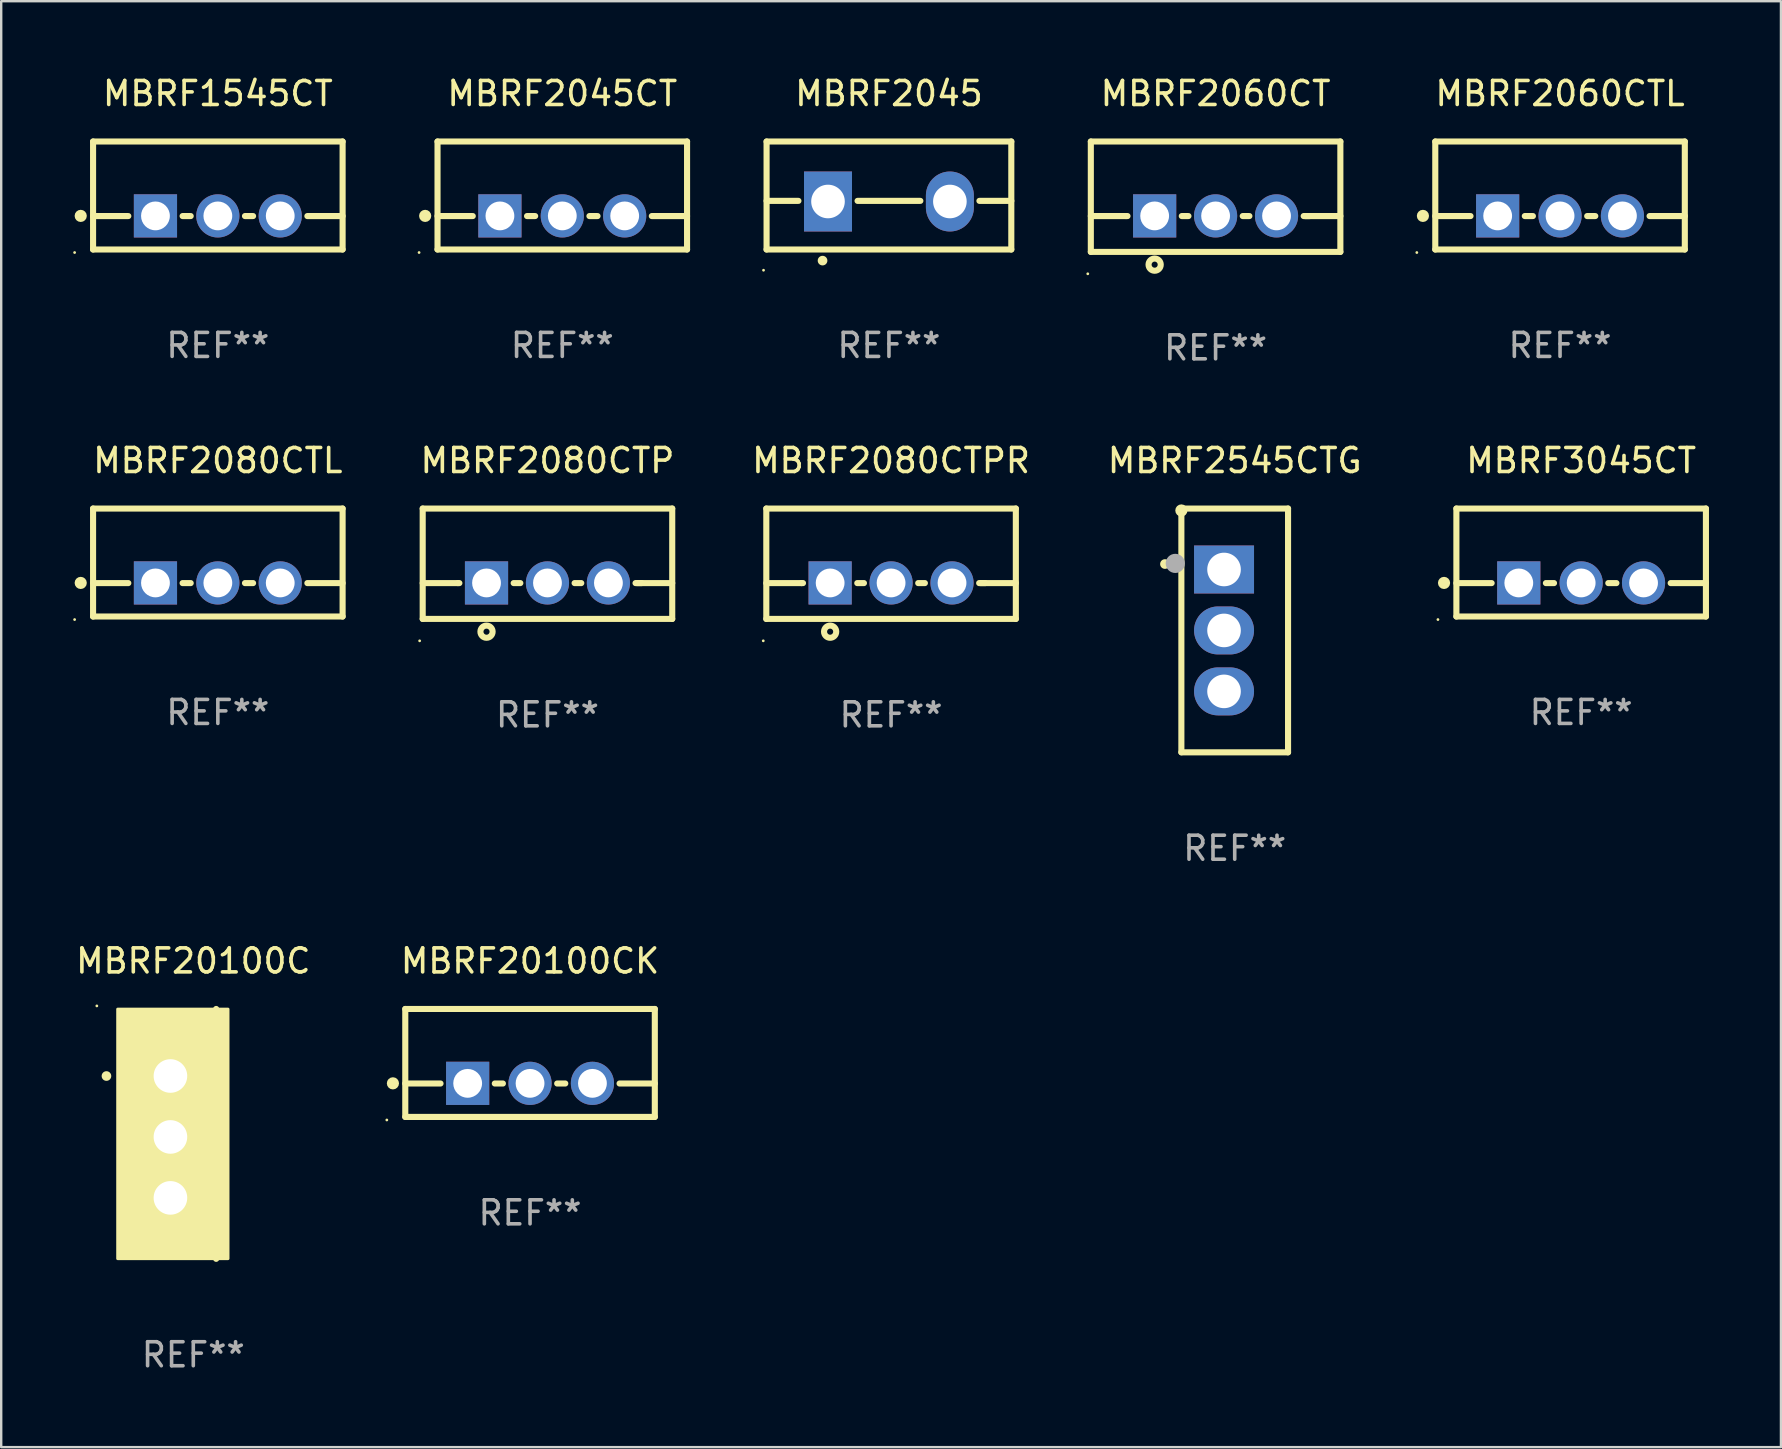
<source format=kicad_pcb>
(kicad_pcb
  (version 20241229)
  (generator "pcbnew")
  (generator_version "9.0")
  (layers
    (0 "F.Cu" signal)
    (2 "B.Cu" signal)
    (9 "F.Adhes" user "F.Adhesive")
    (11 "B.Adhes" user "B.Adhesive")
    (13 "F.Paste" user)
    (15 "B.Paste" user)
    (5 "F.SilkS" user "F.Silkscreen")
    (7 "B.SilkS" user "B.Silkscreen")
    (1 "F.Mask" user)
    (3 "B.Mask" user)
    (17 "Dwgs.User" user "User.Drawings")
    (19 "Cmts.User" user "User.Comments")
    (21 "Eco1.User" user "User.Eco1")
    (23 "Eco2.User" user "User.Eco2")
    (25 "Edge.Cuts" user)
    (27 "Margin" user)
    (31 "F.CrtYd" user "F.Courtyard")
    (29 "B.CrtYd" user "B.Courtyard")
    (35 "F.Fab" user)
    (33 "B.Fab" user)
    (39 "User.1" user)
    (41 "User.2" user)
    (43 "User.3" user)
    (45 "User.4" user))
  (footprint "MBRF2545CTG"
    (layer "F.Cu")
    (at 48.41 23.225)
    (property "Reference" "MBRF2545CTG" (at 0 -7.08 0) (layer "F.SilkS") (effects (font (size 1 1) (thickness 0.15))))
    (attr through_hole)
    (fp_line (start -2.223 -4.953) (end -2.223 5.08) (stroke (width 0.254) (type solid)) (layer "F.SilkS"))
    (fp_line (start -2.223 5.08) (end 2.223 5.08) (stroke (width 0.254) (type solid)) (layer "F.SilkS"))
    (fp_line (start 2.223 -5.08) (end -2.223 -5.08) (stroke (width 0.254) (type solid)) (layer "F.SilkS"))
    (fp_line (start 2.223 5.08) (end 2.223 -5.08) (stroke (width 0.254) (type solid)) (layer "F.SilkS"))
    (fp_arc (start -2.908306 -2.766066) (mid -2.90831 -2.767336) (end -2.908306 -2.768606) (stroke (width 0.4) (type solid)) (layer "F.SilkS"))
    (fp_circle (center -2.223 -5) (end -2.096 -5) (stroke (width 0.254) (type solid)) (fill no) (layer "F.SilkS"))
    (fp_circle (center -2.477 -2.794) (end -2.277 -2.794) (stroke (width 0.4) (type solid)) (fill no) (layer "F.Fab"))
    (fp_text user "REF**" (at 0 9.08 0) (layer "F.Fab") (effects (font (size 1 1) (thickness 0.15))))
    (pad "1" thru_hole rect (at -0.445 -2.54 270) (size 2 2.5) (drill 1.4) (layers "*.Cu" "*.Mask"))
    (pad "2" thru_hole oval (at -0.445 0 270) (size 2 2.5) (drill 1.4) (layers "*.Cu" "*.Mask"))
    (pad "3" thru_hole oval (at -0.445 2.54 270) (size 2 2.5) (drill 1.4) (layers "*.Cu" "*.Mask")))
  (footprint "MBRF1545CT"
    (layer "F.Cu")
    (at 6.029 5.098)
    (property "Reference" "MBRF1545CT" (at 0 -4.25 0) (layer "F.SilkS") (effects (font (size 1 1) (thickness 0.15))))
    (attr through_hole)
    (fp_line (start -5.2 -2.25) (end -5.2 2.25) (stroke (width 0.254) (type solid)) (layer "F.SilkS"))
    (fp_line (start -5.2 -2.25) (end 5.2 -2.25) (stroke (width 0.254) (type solid)) (layer "F.SilkS"))
    (fp_line (start -5.2 0.857) (end -3.731 0.857) (stroke (width 0.254) (type solid)) (layer "F.SilkS"))
    (fp_line (start -5.2 2.25) (end 5.2 2.25) (stroke (width 0.254) (type solid)) (layer "F.SilkS"))
    (fp_line (start -1.469 0.857) (end -1.131 0.857) (stroke (width 0.254) (type solid)) (layer "F.SilkS"))
    (fp_line (start 1.131 0.857) (end 1.469 0.857) (stroke (width 0.254) (type solid)) (layer "F.SilkS"))
    (fp_line (start 3.731 0.857) (end 5.2 0.857) (stroke (width 0.254) (type solid)) (layer "F.SilkS"))
    (fp_line (start 5.2 -2.25) (end 5.2 2.25) (stroke (width 0.254) (type solid)) (layer "F.SilkS"))
    (fp_circle (center -5.969 2.377) (end -5.939 2.377) (stroke (width 0.06) (type solid)) (fill no) (layer "F.SilkS"))
    (fp_circle (center -5.715 0.85) (end -5.588 0.85) (stroke (width 0.254) (type solid)) (fill no) (layer "F.SilkS"))
    (fp_text user "REF**" (at 0 6.25 0) (layer "F.Fab") (effects (font (size 1 1) (thickness 0.15))))
    (pad "1" thru_hole rect (at -2.6 0.85) (size 1.8 1.8) (drill 1.2) (layers "*.Cu" "*.Mask"))
    (pad "2" thru_hole circle (at 0 0.85) (size 1.8 1.8) (drill 1.2) (layers "*.Cu" "*.Mask"))
    (pad "3" thru_hole circle (at 2.6 0.85) (size 1.8 1.8) (drill 1.2) (layers "*.Cu" "*.Mask")))
  (footprint "MBRF2080CTPR"
    (layer "F.Cu")
    (at 34.088 20.445)
    (property "Reference" "MBRF2080CTPR" (at 0 -4.3 0) (layer "F.SilkS") (effects (font (size 1 1) (thickness 0.15))))
    (attr through_hole)
    (fp_line (start -5.2 -2.3) (end -5.2 2.3) (stroke (width 0.254) (type solid)) (layer "F.SilkS"))
    (fp_line (start -5.2 -2.3) (end 5.2 -2.3) (stroke (width 0.254) (type solid)) (layer "F.SilkS"))
    (fp_line (start -5.2 0.807) (end -3.731 0.807) (stroke (width 0.254) (type solid)) (layer "F.SilkS"))
    (fp_line (start -5.2 2.3) (end 5.2 2.3) (stroke (width 0.254) (type solid)) (layer "F.SilkS"))
    (fp_line (start -3.731 0.807) (end -3.671 0.807) (stroke (width 0.254) (type solid)) (layer "F.SilkS"))
    (fp_line (start -1.409 0.807) (end -1.131 0.807) (stroke (width 0.254) (type solid)) (layer "F.SilkS"))
    (fp_line (start 1.131 0.807) (end 1.409 0.807) (stroke (width 0.254) (type solid)) (layer "F.SilkS"))
    (fp_line (start 3.671 0.807) (end 3.926 0.807) (stroke (width 0.254) (type solid)) (layer "F.SilkS"))
    (fp_line (start 3.731 0.807) (end 5.2 0.807) (stroke (width 0.254) (type solid)) (layer "F.SilkS"))
    (fp_line (start 5.2 -2.3) (end 5.2 2.3) (stroke (width 0.254) (type solid)) (layer "F.SilkS"))
    (fp_circle (center -5.327 3.213) (end -5.297 3.213) (stroke (width 0.06) (type solid)) (fill no) (layer "F.SilkS"))
    (fp_circle (center -2.54 2.832) (end -2.286 2.832) (stroke (width 0.254) (type solid)) (fill no) (layer "F.SilkS"))
    (fp_text user "REF**" (at 0 6.3 0) (layer "F.Fab") (effects (font (size 1 1) (thickness 0.15))))
    (pad "1" thru_hole rect (at -2.54 0.8) (size 1.8 1.8) (drill 1.2) (layers "*.Cu" "*.Mask"))
    (pad "2" thru_hole circle (at 0 0.8) (size 1.8 1.8) (drill 1.2) (layers "*.Cu" "*.Mask"))
    (pad "3" thru_hole circle (at 2.54 0.8) (size 1.8 1.8) (drill 1.2) (layers "*.Cu" "*.Mask")))
  (footprint "MBRF2045"
    (layer "F.Cu")
    (at 33.999 5.098)
    (property "Reference" "MBRF2045" (at 0 -4.25 0) (layer "F.SilkS") (effects (font (size 1 1) (thickness 0.15))))
    (attr through_hole)
    (fp_line (start -5.1 -2.25) (end -5.1 2.25) (stroke (width 0.254) (type solid)) (layer "F.SilkS"))
    (fp_line (start -5.1 0.224) (end -3.772 0.224) (stroke (width 0.254) (type solid)) (layer "F.SilkS"))
    (fp_line (start -5.1 2.25) (end 5.1 2.25) (stroke (width 0.254) (type solid)) (layer "F.SilkS"))
    (fp_line (start -1.308 0.224) (end 1.309 0.224) (stroke (width 0.254) (type solid)) (layer "F.SilkS"))
    (fp_line (start 3.771 0.224) (end 5.1 0.224) (stroke (width 0.254) (type solid)) (layer "F.SilkS"))
    (fp_line (start 5.1 -2.25) (end -5.1 -2.25) (stroke (width 0.254) (type solid)) (layer "F.SilkS"))
    (fp_line (start 5.1 -2.25) (end 5.1 2.25) (stroke (width 0.254) (type solid)) (layer "F.SilkS"))
    (fp_arc (start -2.768606 2.713805) (mid -2.767336 2.713801) (end -2.766066 2.713805) (stroke (width 0.4) (type solid)) (layer "F.SilkS"))
    (fp_circle (center -5.227 3.114) (end -5.197 3.114) (stroke (width 0.06) (type solid)) (fill no) (layer "F.SilkS"))
    (fp_text user "REF**" (at 0 6.25 0) (layer "F.Fab") (effects (font (size 1 1) (thickness 0.15))))
    (pad "1" thru_hole rect (at -2.54 0.25) (size 2 2.5) (drill 1.4) (layers "*.Cu" "*.Mask"))
    (pad "3" thru_hole oval (at 2.54 0.25) (size 2 2.5) (drill 1.4) (layers "*.Cu" "*.Mask")))
  (footprint "MBRF2080CTP"
    (layer "F.Cu")
    (at 19.767 20.445)
    (property "Reference" "MBRF2080CTP" (at 0 -4.3 0) (layer "F.SilkS") (effects (font (size 1 1) (thickness 0.15))))
    (attr through_hole)
    (fp_line (start -5.2 -2.3) (end -5.2 2.3) (stroke (width 0.254) (type solid)) (layer "F.SilkS"))
    (fp_line (start -5.2 -2.3) (end 5.2 -2.3) (stroke (width 0.254) (type solid)) (layer "F.SilkS"))
    (fp_line (start -5.2 0.807) (end -3.731 0.807) (stroke (width 0.254) (type solid)) (layer "F.SilkS"))
    (fp_line (start -5.2 2.3) (end 5.2 2.3) (stroke (width 0.254) (type solid)) (layer "F.SilkS"))
    (fp_line (start -3.731 0.807) (end -3.671 0.807) (stroke (width 0.254) (type solid)) (layer "F.SilkS"))
    (fp_line (start -1.409 0.807) (end -1.131 0.807) (stroke (width 0.254) (type solid)) (layer "F.SilkS"))
    (fp_line (start 1.131 0.807) (end 1.409 0.807) (stroke (width 0.254) (type solid)) (layer "F.SilkS"))
    (fp_line (start 3.671 0.807) (end 3.926 0.807) (stroke (width 0.254) (type solid)) (layer "F.SilkS"))
    (fp_line (start 3.731 0.807) (end 5.2 0.807) (stroke (width 0.254) (type solid)) (layer "F.SilkS"))
    (fp_line (start 5.2 -2.3) (end 5.2 2.3) (stroke (width 0.254) (type solid)) (layer "F.SilkS"))
    (fp_circle (center -5.327 3.213) (end -5.297 3.213) (stroke (width 0.06) (type solid)) (fill no) (layer "F.SilkS"))
    (fp_circle (center -2.54 2.832) (end -2.286 2.832) (stroke (width 0.254) (type solid)) (fill no) (layer "F.SilkS"))
    (fp_text user "REF**" (at 0 6.3 0) (layer "F.Fab") (effects (font (size 1 1) (thickness 0.15))))
    (pad "1" thru_hole rect (at -2.54 0.8) (size 1.8 1.8) (drill 1.2) (layers "*.Cu" "*.Mask"))
    (pad "2" thru_hole circle (at 0 0.8) (size 1.8 1.8) (drill 1.2) (layers "*.Cu" "*.Mask"))
    (pad "3" thru_hole circle (at 2.54 0.8) (size 1.8 1.8) (drill 1.2) (layers "*.Cu" "*.Mask")))
  (footprint "MBRF20100C"
    (layer "F.Cu")
    (at 5.006 44.208)
    (property "Reference" "MBRF20100C" (at 0 -7.207 0) (layer "F.SilkS") (effects (font (size 1 1) (thickness 0.15))))
    (attr through_hole)
    (fp_line (start 0.953 5.207) (end 0.953 -5.207) (stroke (width 0.254) (type solid)) (layer "F.SilkS"))
    (fp_arc (start -3.619507 -2.410465) (mid -3.619511 -2.411735) (end -3.619507 -2.413005) (stroke (width 0.4) (type solid)) (layer "F.SilkS"))
    (fp_circle (center -4.02 -5.334) (end -3.99 -5.334) (stroke (width 0.06) (type solid)) (fill no) (layer "F.SilkS"))
    (fp_poly (pts (xy -3.152 -5.2) (xy 1.448 -5.2) (xy 1.448 5.2) (xy -3.152 5.2)) (stroke (width 0.12) (type solid)) (fill yes) (layer "F.SilkS"))
    (fp_text user "REF**" (at 0 9.207 0) (layer "F.Fab") (effects (font (size 1 1) (thickness 0.15))))
    (pad "1" thru_hole rect (at -0.953 -2.413 270) (size 2 2.5) (drill 1.4) (layers "*.Cu" "*.Mask"))
    (pad "2" thru_hole oval (at -0.953 0.127 270) (size 2 2.5) (drill 1.4) (layers "*.Cu" "*.Mask"))
    (pad "3" thru_hole oval (at -0.953 2.667 270) (size 2 2.5) (drill 1.4) (layers "*.Cu" "*.Mask")))
  (footprint "MBRF2045CT"
    (layer "F.Cu")
    (at 20.385 5.098)
    (property "Reference" "MBRF2045CT" (at 0 -4.25 0) (layer "F.SilkS") (effects (font (size 1 1) (thickness 0.15))))
    (attr through_hole)
    (fp_line (start -5.2 -2.25) (end -5.2 2.25) (stroke (width 0.254) (type solid)) (layer "F.SilkS"))
    (fp_line (start -5.2 -2.25) (end 5.2 -2.25) (stroke (width 0.254) (type solid)) (layer "F.SilkS"))
    (fp_line (start -5.2 0.857) (end -3.731 0.857) (stroke (width 0.254) (type solid)) (layer "F.SilkS"))
    (fp_line (start -5.2 2.25) (end 5.2 2.25) (stroke (width 0.254) (type solid)) (layer "F.SilkS"))
    (fp_line (start -1.469 0.857) (end -1.131 0.857) (stroke (width 0.254) (type solid)) (layer "F.SilkS"))
    (fp_line (start 1.131 0.857) (end 1.469 0.857) (stroke (width 0.254) (type solid)) (layer "F.SilkS"))
    (fp_line (start 3.731 0.857) (end 5.2 0.857) (stroke (width 0.254) (type solid)) (layer "F.SilkS"))
    (fp_line (start 5.2 -2.25) (end 5.2 2.25) (stroke (width 0.254) (type solid)) (layer "F.SilkS"))
    (fp_circle (center -5.969 2.377) (end -5.939 2.377) (stroke (width 0.06) (type solid)) (fill no) (layer "F.SilkS"))
    (fp_circle (center -5.715 0.85) (end -5.588 0.85) (stroke (width 0.254) (type solid)) (fill no) (layer "F.SilkS"))
    (fp_text user "REF**" (at 0 6.25 0) (layer "F.Fab") (effects (font (size 1 1) (thickness 0.15))))
    (pad "1" thru_hole rect (at -2.6 0.85) (size 1.8 1.8) (drill 1.2) (layers "*.Cu" "*.Mask"))
    (pad "2" thru_hole circle (at 0 0.85) (size 1.8 1.8) (drill 1.2) (layers "*.Cu" "*.Mask"))
    (pad "3" thru_hole circle (at 2.6 0.85) (size 1.8 1.8) (drill 1.2) (layers "*.Cu" "*.Mask")))
  (footprint "MBRF2060CTL"
    (layer "F.Cu")
    (at 61.969 5.098)
    (property "Reference" "MBRF2060CTL" (at 0 -4.25 0) (layer "F.SilkS") (effects (font (size 1 1) (thickness 0.15))))
    (attr through_hole)
    (fp_line (start -5.2 -2.25) (end -5.2 2.25) (stroke (width 0.254) (type solid)) (layer "F.SilkS"))
    (fp_line (start -5.2 -2.25) (end 5.2 -2.25) (stroke (width 0.254) (type solid)) (layer "F.SilkS"))
    (fp_line (start -5.2 0.857) (end -3.731 0.857) (stroke (width 0.254) (type solid)) (layer "F.SilkS"))
    (fp_line (start -5.2 2.25) (end 5.2 2.25) (stroke (width 0.254) (type solid)) (layer "F.SilkS"))
    (fp_line (start -1.469 0.857) (end -1.131 0.857) (stroke (width 0.254) (type solid)) (layer "F.SilkS"))
    (fp_line (start 1.131 0.857) (end 1.469 0.857) (stroke (width 0.254) (type solid)) (layer "F.SilkS"))
    (fp_line (start 3.731 0.857) (end 5.2 0.857) (stroke (width 0.254) (type solid)) (layer "F.SilkS"))
    (fp_line (start 5.2 -2.25) (end 5.2 2.25) (stroke (width 0.254) (type solid)) (layer "F.SilkS"))
    (fp_circle (center -5.969 2.377) (end -5.939 2.377) (stroke (width 0.06) (type solid)) (fill no) (layer "F.SilkS"))
    (fp_circle (center -5.715 0.85) (end -5.588 0.85) (stroke (width 0.254) (type solid)) (fill no) (layer "F.SilkS"))
    (fp_text user "REF**" (at 0 6.25 0) (layer "F.Fab") (effects (font (size 1 1) (thickness 0.15))))
    (pad "1" thru_hole rect (at -2.6 0.85) (size 1.8 1.8) (drill 1.2) (layers "*.Cu" "*.Mask"))
    (pad "2" thru_hole circle (at 0 0.85) (size 1.8 1.8) (drill 1.2) (layers "*.Cu" "*.Mask"))
    (pad "3" thru_hole circle (at 2.6 0.85) (size 1.8 1.8) (drill 1.2) (layers "*.Cu" "*.Mask")))
  (footprint "MBRF2060CT"
    (layer "F.Cu")
    (at 47.613 5.148)
    (property "Reference" "MBRF2060CT" (at 0 -4.3 0) (layer "F.SilkS") (effects (font (size 1 1) (thickness 0.15))))
    (attr through_hole)
    (fp_line (start -5.2 -2.3) (end -5.2 2.3) (stroke (width 0.254) (type solid)) (layer "F.SilkS"))
    (fp_line (start -5.2 -2.3) (end 5.2 -2.3) (stroke (width 0.254) (type solid)) (layer "F.SilkS"))
    (fp_line (start -5.2 0.807) (end -3.731 0.807) (stroke (width 0.254) (type solid)) (layer "F.SilkS"))
    (fp_line (start -5.2 2.3) (end 5.2 2.3) (stroke (width 0.254) (type solid)) (layer "F.SilkS"))
    (fp_line (start -3.731 0.807) (end -3.671 0.807) (stroke (width 0.254) (type solid)) (layer "F.SilkS"))
    (fp_line (start -1.409 0.807) (end -1.131 0.807) (stroke (width 0.254) (type solid)) (layer "F.SilkS"))
    (fp_line (start 1.131 0.807) (end 1.409 0.807) (stroke (width 0.254) (type solid)) (layer "F.SilkS"))
    (fp_line (start 3.671 0.807) (end 3.926 0.807) (stroke (width 0.254) (type solid)) (layer "F.SilkS"))
    (fp_line (start 3.731 0.807) (end 5.2 0.807) (stroke (width 0.254) (type solid)) (layer "F.SilkS"))
    (fp_line (start 5.2 -2.3) (end 5.2 2.3) (stroke (width 0.254) (type solid)) (layer "F.SilkS"))
    (fp_circle (center -5.327 3.213) (end -5.297 3.213) (stroke (width 0.06) (type solid)) (fill no) (layer "F.SilkS"))
    (fp_circle (center -2.54 2.832) (end -2.286 2.832) (stroke (width 0.254) (type solid)) (fill no) (layer "F.SilkS"))
    (fp_text user "REF**" (at 0 6.3 0) (layer "F.Fab") (effects (font (size 1 1) (thickness 0.15))))
    (pad "1" thru_hole rect (at -2.54 0.8) (size 1.8 1.8) (drill 1.2) (layers "*.Cu" "*.Mask"))
    (pad "2" thru_hole circle (at 0 0.8) (size 1.8 1.8) (drill 1.2) (layers "*.Cu" "*.Mask"))
    (pad "3" thru_hole circle (at 2.54 0.8) (size 1.8 1.8) (drill 1.2) (layers "*.Cu" "*.Mask")))
  (footprint "MBRF20100CK"
    (layer "F.Cu")
    (at 19.041 41.251)
    (property "Reference" "MBRF20100CK" (at 0 -4.25 0) (layer "F.SilkS") (effects (font (size 1 1) (thickness 0.15))))
    (attr through_hole)
    (fp_line (start -5.2 -2.25) (end -5.2 2.25) (stroke (width 0.254) (type solid)) (layer "F.SilkS"))
    (fp_line (start -5.2 -2.25) (end 5.2 -2.25) (stroke (width 0.254) (type solid)) (layer "F.SilkS"))
    (fp_line (start -5.2 0.857) (end -3.731 0.857) (stroke (width 0.254) (type solid)) (layer "F.SilkS"))
    (fp_line (start -5.2 2.25) (end 5.2 2.25) (stroke (width 0.254) (type solid)) (layer "F.SilkS"))
    (fp_line (start -1.469 0.857) (end -1.131 0.857) (stroke (width 0.254) (type solid)) (layer "F.SilkS"))
    (fp_line (start 1.131 0.857) (end 1.469 0.857) (stroke (width 0.254) (type solid)) (layer "F.SilkS"))
    (fp_line (start 3.731 0.857) (end 5.2 0.857) (stroke (width 0.254) (type solid)) (layer "F.SilkS"))
    (fp_line (start 5.2 -2.25) (end 5.2 2.25) (stroke (width 0.254) (type solid)) (layer "F.SilkS"))
    (fp_circle (center -5.969 2.377) (end -5.939 2.377) (stroke (width 0.06) (type solid)) (fill no) (layer "F.SilkS"))
    (fp_circle (center -5.715 0.85) (end -5.588 0.85) (stroke (width 0.254) (type solid)) (fill no) (layer "F.SilkS"))
    (fp_text user "REF**" (at 0 6.25 0) (layer "F.Fab") (effects (font (size 1 1) (thickness 0.15))))
    (pad "1" thru_hole rect (at -2.6 0.85) (size 1.8 1.8) (drill 1.2) (layers "*.Cu" "*.Mask"))
    (pad "2" thru_hole circle (at 0 0.85) (size 1.8 1.8) (drill 1.2) (layers "*.Cu" "*.Mask"))
    (pad "3" thru_hole circle (at 2.6 0.85) (size 1.8 1.8) (drill 1.2) (layers "*.Cu" "*.Mask")))
  (footprint "MBRF3045CT"
    (layer "F.Cu")
    (at 62.849 20.395)
    (property "Reference" "MBRF3045CT" (at 0 -4.25 0) (layer "F.SilkS") (effects (font (size 1 1) (thickness 0.15))))
    (attr through_hole)
    (fp_line (start -5.2 -2.25) (end -5.2 2.25) (stroke (width 0.254) (type solid)) (layer "F.SilkS"))
    (fp_line (start -5.2 -2.25) (end 5.2 -2.25) (stroke (width 0.254) (type solid)) (layer "F.SilkS"))
    (fp_line (start -5.2 0.857) (end -3.731 0.857) (stroke (width 0.254) (type solid)) (layer "F.SilkS"))
    (fp_line (start -5.2 2.25) (end 5.2 2.25) (stroke (width 0.254) (type solid)) (layer "F.SilkS"))
    (fp_line (start -1.469 0.857) (end -1.131 0.857) (stroke (width 0.254) (type solid)) (layer "F.SilkS"))
    (fp_line (start 1.131 0.857) (end 1.469 0.857) (stroke (width 0.254) (type solid)) (layer "F.SilkS"))
    (fp_line (start 3.731 0.857) (end 5.2 0.857) (stroke (width 0.254) (type solid)) (layer "F.SilkS"))
    (fp_line (start 5.2 -2.25) (end 5.2 2.25) (stroke (width 0.254) (type solid)) (layer "F.SilkS"))
    (fp_circle (center -5.969 2.377) (end -5.939 2.377) (stroke (width 0.06) (type solid)) (fill no) (layer "F.SilkS"))
    (fp_circle (center -5.715 0.85) (end -5.588 0.85) (stroke (width 0.254) (type solid)) (fill no) (layer "F.SilkS"))
    (fp_text user "REF**" (at 0 6.25 0) (layer "F.Fab") (effects (font (size 1 1) (thickness 0.15))))
    (pad "1" thru_hole rect (at -2.6 0.85) (size 1.8 1.8) (drill 1.2) (layers "*.Cu" "*.Mask"))
    (pad "2" thru_hole circle (at 0 0.85) (size 1.8 1.8) (drill 1.2) (layers "*.Cu" "*.Mask"))
    (pad "3" thru_hole circle (at 2.6 0.85) (size 1.8 1.8) (drill 1.2) (layers "*.Cu" "*.Mask")))
  (footprint "MBRF2080CTL"
    (layer "F.Cu")
    (at 6.029 20.395)
    (property "Reference" "MBRF2080CTL" (at 0 -4.25 0) (layer "F.SilkS") (effects (font (size 1 1) (thickness 0.15))))
    (attr through_hole)
    (fp_line (start -5.2 -2.25) (end -5.2 2.25) (stroke (width 0.254) (type solid)) (layer "F.SilkS"))
    (fp_line (start -5.2 -2.25) (end 5.2 -2.25) (stroke (width 0.254) (type solid)) (layer "F.SilkS"))
    (fp_line (start -5.2 0.857) (end -3.731 0.857) (stroke (width 0.254) (type solid)) (layer "F.SilkS"))
    (fp_line (start -5.2 2.25) (end 5.2 2.25) (stroke (width 0.254) (type solid)) (layer "F.SilkS"))
    (fp_line (start -1.469 0.857) (end -1.131 0.857) (stroke (width 0.254) (type solid)) (layer "F.SilkS"))
    (fp_line (start 1.131 0.857) (end 1.469 0.857) (stroke (width 0.254) (type solid)) (layer "F.SilkS"))
    (fp_line (start 3.731 0.857) (end 5.2 0.857) (stroke (width 0.254) (type solid)) (layer "F.SilkS"))
    (fp_line (start 5.2 -2.25) (end 5.2 2.25) (stroke (width 0.254) (type solid)) (layer "F.SilkS"))
    (fp_circle (center -5.969 2.377) (end -5.939 2.377) (stroke (width 0.06) (type solid)) (fill no) (layer "F.SilkS"))
    (fp_circle (center -5.715 0.85) (end -5.588 0.85) (stroke (width 0.254) (type solid)) (fill no) (layer "F.SilkS"))
    (fp_text user "REF**" (at 0 6.25 0) (layer "F.Fab") (effects (font (size 1 1) (thickness 0.15))))
    (pad "1" thru_hole rect (at -2.6 0.85) (size 1.8 1.8) (drill 1.2) (layers "*.Cu" "*.Mask"))
    (pad "2" thru_hole circle (at 0 0.85) (size 1.8 1.8) (drill 1.2) (layers "*.Cu" "*.Mask"))
    (pad "3" thru_hole circle (at 2.6 0.85) (size 1.8 1.8) (drill 1.2) (layers "*.Cu" "*.Mask")))
  (gr_rect
    (start -3 -3)
    (end 71.176 57.264)
    (stroke (width 0.1) (type default))
    (fill no)
    (layer "Edge.Cuts")))
</source>
